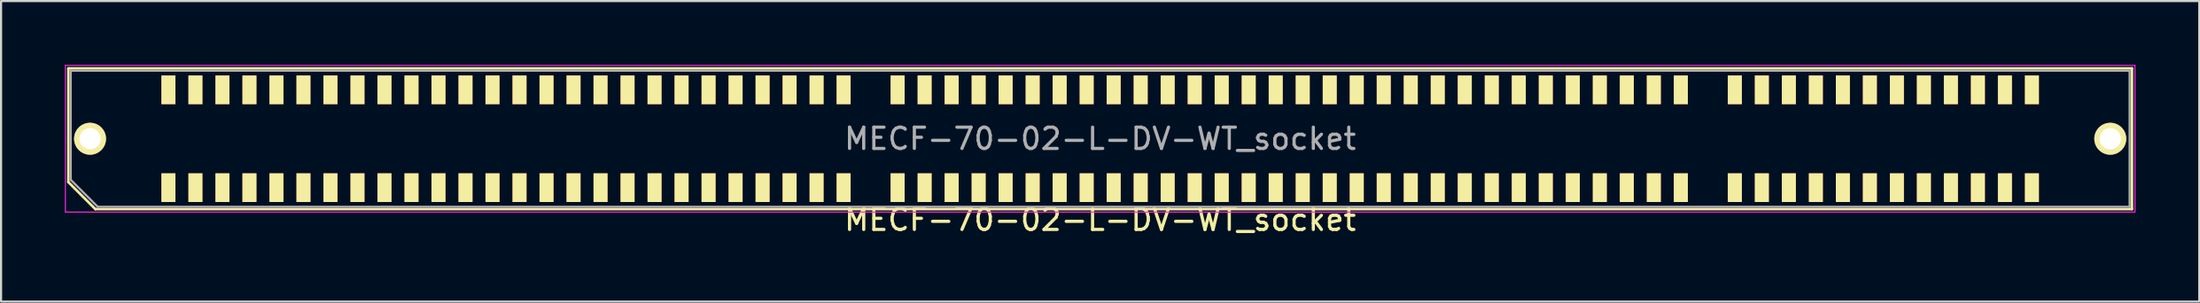
<source format=kicad_pcb>
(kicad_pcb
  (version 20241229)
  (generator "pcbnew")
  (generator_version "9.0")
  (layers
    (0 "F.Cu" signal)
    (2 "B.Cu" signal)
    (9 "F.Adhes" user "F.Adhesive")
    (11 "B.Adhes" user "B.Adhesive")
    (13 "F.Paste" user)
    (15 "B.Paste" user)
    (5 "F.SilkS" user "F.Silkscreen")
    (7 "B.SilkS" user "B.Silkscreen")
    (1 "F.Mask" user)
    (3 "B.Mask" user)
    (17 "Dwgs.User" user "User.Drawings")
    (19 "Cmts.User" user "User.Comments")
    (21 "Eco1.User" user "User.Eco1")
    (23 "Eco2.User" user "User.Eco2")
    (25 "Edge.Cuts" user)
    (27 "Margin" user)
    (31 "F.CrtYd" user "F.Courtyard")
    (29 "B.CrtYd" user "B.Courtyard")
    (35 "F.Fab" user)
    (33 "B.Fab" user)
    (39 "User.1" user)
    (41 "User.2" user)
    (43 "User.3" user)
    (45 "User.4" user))
  (footprint "MECF-70-02-L-DV-WT_socket"
    (layer "F.Cu")
    (at 48.685 3.475)
    (property "Reference" "MECF-70-02-L-DV-WT_socket" (at 0 3.81 0) (layer "F.SilkS") (effects (font (size 1 1) (thickness 0.15))))
    (attr smd)
    (fp_line (start -48.52 -3.31) (end 48.52 -3.31) (stroke (width 0.12) (type solid)) (layer "F.SilkS"))
    (fp_line (start -48.52 2.04) (end -48.52 -3.31) (stroke (width 0.12) (type solid)) (layer "F.SilkS"))
    (fp_line (start -47.25 3.31) (end -48.52 2.04) (stroke (width 0.12) (type solid)) (layer "F.SilkS"))
    (fp_line (start -47.25 3.31) (end 48.52 3.31) (stroke (width 0.12) (type solid)) (layer "F.SilkS"))
    (fp_line (start 48.52 3.31) (end 48.52 -3.31) (stroke (width 0.12) (type solid)) (layer "F.SilkS"))
    (fp_line (start -48.66 -3.45) (end -48.66 3.45) (stroke (width 0.05) (type solid)) (layer "F.CrtYd"))
    (fp_line (start -48.66 3.45) (end 48.66 3.45) (stroke (width 0.05) (type solid)) (layer "F.CrtYd"))
    (fp_line (start 48.66 -3.45) (end -48.66 -3.45) (stroke (width 0.05) (type solid)) (layer "F.CrtYd"))
    (fp_line (start 48.66 3.45) (end 48.66 -3.45) (stroke (width 0.05) (type solid)) (layer "F.CrtYd"))
    (fp_line (start -48.41 -3.2) (end 48.41 -3.2) (stroke (width 0.1) (type solid)) (layer "F.Fab"))
    (fp_line (start -48.41 1.93) (end -48.41 -3.2) (stroke (width 0.1) (type solid)) (layer "F.Fab"))
    (fp_line (start -48.41 1.93) (end -47.14 3.2) (stroke (width 0.1) (type solid)) (layer "F.Fab"))
    (fp_line (start -47.14 3.2) (end 48.41 3.2) (stroke (width 0.1) (type solid)) (layer "F.Fab"))
    (fp_line (start 48.41 3.2) (end 48.41 -3.2) (stroke (width 0.1) (type solid)) (layer "F.Fab"))
    (fp_text user "${REFERENCE}" (at 0 0 0) (layer "F.Fab") (effects (font (size 1 1) (thickness 0.15))))
    (pad "" np_thru_hole circle (at -45.595 0) (size 0.001 0.001) (drill 1.45) (layers "*.Cu" "*.Mask" "F.SilkS"))
    (pad "" np_thru_hole circle (at 45.595 1) (size 0.001 0.001) (drill 1.45) (layers "*.Cu" "*.Mask" "F.SilkS"))
    (pad "1" smd rect (at -43.815 2.3) (size 0.66 1.35) (layers "F.Cu" "F.Mask" "F.SilkS"))
    (pad "2" smd rect (at -43.815 -2.3) (size 0.66 1.35) (layers "F.Cu" "F.Mask" "F.SilkS"))
    (pad "3" smd rect (at -42.545 2.3) (size 0.66 1.35) (layers "F.Cu" "F.Mask" "F.SilkS"))
    (pad "4" smd rect (at -42.545 -2.3) (size 0.66 1.35) (layers "F.Cu" "F.Mask" "F.SilkS"))
    (pad "5" smd rect (at -41.275 2.3) (size 0.66 1.35) (layers "F.Cu" "F.Mask" "F.SilkS"))
    (pad "6" smd rect (at -41.275 -2.3) (size 0.66 1.35) (layers "F.Cu" "F.Mask" "F.SilkS"))
    (pad "7" smd rect (at -40.005 2.3) (size 0.66 1.35) (layers "F.Cu" "F.Mask" "F.SilkS"))
    (pad "8" smd rect (at -40.005 -2.3) (size 0.66 1.35) (layers "F.Cu" "F.Mask" "F.SilkS"))
    (pad "9" smd rect (at -38.735 2.3) (size 0.66 1.35) (layers "F.Cu" "F.Mask" "F.SilkS"))
    (pad "10" smd rect (at -38.735 -2.3) (size 0.66 1.35) (layers "F.Cu" "F.Mask" "F.SilkS"))
    (pad "11" smd rect (at -37.465 2.3) (size 0.66 1.35) (layers "F.Cu" "F.Mask" "F.SilkS"))
    (pad "12" smd rect (at -37.465 -2.3) (size 0.66 1.35) (layers "F.Cu" "F.Mask" "F.SilkS"))
    (pad "13" smd rect (at -36.195 2.3) (size 0.66 1.35) (layers "F.Cu" "F.Mask" "F.SilkS"))
    (pad "14" smd rect (at -36.195 -2.3) (size 0.66 1.35) (layers "F.Cu" "F.Mask" "F.SilkS"))
    (pad "15" smd rect (at -34.925 2.3) (size 0.66 1.35) (layers "F.Cu" "F.Mask" "F.SilkS"))
    (pad "16" smd rect (at -34.925 -2.3) (size 0.66 1.35) (layers "F.Cu" "F.Mask" "F.SilkS"))
    (pad "17" smd rect (at -33.655 2.3) (size 0.66 1.35) (layers "F.Cu" "F.Mask" "F.SilkS"))
    (pad "18" smd rect (at -33.655 -2.3) (size 0.66 1.35) (layers "F.Cu" "F.Mask" "F.SilkS"))
    (pad "19" smd rect (at -32.385 2.3) (size 0.66 1.35) (layers "F.Cu" "F.Mask" "F.SilkS"))
    (pad "20" smd rect (at -32.385 -2.3) (size 0.66 1.35) (layers "F.Cu" "F.Mask" "F.SilkS"))
    (pad "21" smd rect (at -31.115 2.3) (size 0.66 1.35) (layers "F.Cu" "F.Mask" "F.SilkS"))
    (pad "22" smd rect (at -31.115 -2.3) (size 0.66 1.35) (layers "F.Cu" "F.Mask" "F.SilkS"))
    (pad "23" smd rect (at -29.845 2.3) (size 0.66 1.35) (layers "F.Cu" "F.Mask" "F.SilkS"))
    (pad "24" smd rect (at -29.845 -2.3) (size 0.66 1.35) (layers "F.Cu" "F.Mask" "F.SilkS"))
    (pad "25" smd rect (at -28.575 2.3) (size 0.66 1.35) (layers "F.Cu" "F.Mask" "F.SilkS"))
    (pad "26" smd rect (at -28.575 -2.3) (size 0.66 1.35) (layers "F.Cu" "F.Mask" "F.SilkS"))
    (pad "27" smd rect (at -27.305 2.3) (size 0.66 1.35) (layers "F.Cu" "F.Mask" "F.SilkS"))
    (pad "28" smd rect (at -27.305 -2.3) (size 0.66 1.35) (layers "F.Cu" "F.Mask" "F.SilkS"))
    (pad "29" smd rect (at -26.035 2.3) (size 0.66 1.35) (layers "F.Cu" "F.Mask" "F.SilkS"))
    (pad "30" smd rect (at -26.035 -2.3) (size 0.66 1.35) (layers "F.Cu" "F.Mask" "F.SilkS"))
    (pad "31" smd rect (at -24.765 2.3) (size 0.66 1.35) (layers "F.Cu" "F.Mask" "F.SilkS"))
    (pad "32" smd rect (at -24.765 -2.3) (size 0.66 1.35) (layers "F.Cu" "F.Mask" "F.SilkS"))
    (pad "33" smd rect (at -23.495 2.3) (size 0.66 1.35) (layers "F.Cu" "F.Mask" "F.SilkS"))
    (pad "34" smd rect (at -23.495 -2.3) (size 0.66 1.35) (layers "F.Cu" "F.Mask" "F.SilkS"))
    (pad "35" smd rect (at -22.225 2.3) (size 0.66 1.35) (layers "F.Cu" "F.Mask" "F.SilkS"))
    (pad "36" smd rect (at -22.225 -2.3) (size 0.66 1.35) (layers "F.Cu" "F.Mask" "F.SilkS"))
    (pad "37" smd rect (at -20.955 2.3) (size 0.66 1.35) (layers "F.Cu" "F.Mask" "F.SilkS"))
    (pad "38" smd rect (at -20.955 -2.3) (size 0.66 1.35) (layers "F.Cu" "F.Mask" "F.SilkS"))
    (pad "39" smd rect (at -19.685 2.3) (size 0.66 1.35) (layers "F.Cu" "F.Mask" "F.SilkS"))
    (pad "40" smd rect (at -19.685 -2.3) (size 0.66 1.35) (layers "F.Cu" "F.Mask" "F.SilkS"))
    (pad "41" smd rect (at -18.415 2.3) (size 0.66 1.35) (layers "F.Cu" "F.Mask" "F.SilkS"))
    (pad "42" smd rect (at -18.415 -2.3) (size 0.66 1.35) (layers "F.Cu" "F.Mask" "F.SilkS"))
    (pad "43" smd rect (at -17.145 2.3) (size 0.66 1.35) (layers "F.Cu" "F.Mask" "F.SilkS"))
    (pad "44" smd rect (at -17.145 -2.3) (size 0.66 1.35) (layers "F.Cu" "F.Mask" "F.SilkS"))
    (pad "45" smd rect (at -15.875 2.3) (size 0.66 1.35) (layers "F.Cu" "F.Mask" "F.SilkS"))
    (pad "46" smd rect (at -15.875 -2.3) (size 0.66 1.35) (layers "F.Cu" "F.Mask" "F.SilkS"))
    (pad "47" smd rect (at -14.605 2.3) (size 0.66 1.35) (layers "F.Cu" "F.Mask" "F.SilkS"))
    (pad "48" smd rect (at -14.605 -2.3) (size 0.66 1.35) (layers "F.Cu" "F.Mask" "F.SilkS"))
    (pad "49" smd rect (at -13.335 2.3) (size 0.66 1.35) (layers "F.Cu" "F.Mask" "F.SilkS"))
    (pad "50" smd rect (at -13.335 -2.3) (size 0.66 1.35) (layers "F.Cu" "F.Mask" "F.SilkS"))
    (pad "51" smd rect (at -12.065 2.3) (size 0.66 1.35) (layers "F.Cu" "F.Mask" "F.SilkS"))
    (pad "52" smd rect (at -12.065 -2.3) (size 0.66 1.35) (layers "F.Cu" "F.Mask" "F.SilkS"))
    (pad "55" smd rect (at -9.525 2.3) (size 0.66 1.35) (layers "F.Cu" "F.Mask" "F.SilkS"))
    (pad "56" smd rect (at -9.525 -2.3) (size 0.66 1.35) (layers "F.Cu" "F.Mask" "F.SilkS"))
    (pad "57" smd rect (at -8.255 2.3) (size 0.66 1.35) (layers "F.Cu" "F.Mask" "F.SilkS"))
    (pad "58" smd rect (at -8.255 -2.3) (size 0.66 1.35) (layers "F.Cu" "F.Mask" "F.SilkS"))
    (pad "59" smd rect (at -6.985 2.3) (size 0.66 1.35) (layers "F.Cu" "F.Mask" "F.SilkS"))
    (pad "60" smd rect (at -6.985 -2.3) (size 0.66 1.35) (layers "F.Cu" "F.Mask" "F.SilkS"))
    (pad "61" smd rect (at -5.715 2.3) (size 0.66 1.35) (layers "F.Cu" "F.Mask" "F.SilkS"))
    (pad "62" smd rect (at -5.715 -2.3) (size 0.66 1.35) (layers "F.Cu" "F.Mask" "F.SilkS"))
    (pad "63" smd rect (at -4.445 2.3) (size 0.66 1.35) (layers "F.Cu" "F.Mask" "F.SilkS"))
    (pad "64" smd rect (at -4.445 -2.3) (size 0.66 1.35) (layers "F.Cu" "F.Mask" "F.SilkS"))
    (pad "65" smd rect (at -3.175 2.3) (size 0.66 1.35) (layers "F.Cu" "F.Mask" "F.SilkS"))
    (pad "66" smd rect (at -3.175 -2.3) (size 0.66 1.35) (layers "F.Cu" "F.Mask" "F.SilkS"))
    (pad "67" smd rect (at -1.905 2.3) (size 0.66 1.35) (layers "F.Cu" "F.Mask" "F.SilkS"))
    (pad "68" smd rect (at -1.905 -2.3) (size 0.66 1.35) (layers "F.Cu" "F.Mask" "F.SilkS"))
    (pad "69" smd rect (at -0.635 2.3) (size 0.66 1.35) (layers "F.Cu" "F.Mask" "F.SilkS"))
    (pad "70" smd rect (at -0.635 -2.3) (size 0.66 1.35) (layers "F.Cu" "F.Mask" "F.SilkS"))
    (pad "71" smd rect (at 0.635 2.3) (size 0.66 1.35) (layers "F.Cu" "F.Mask" "F.SilkS"))
    (pad "72" smd rect (at 0.635 -2.3) (size 0.66 1.35) (layers "F.Cu" "F.Mask" "F.SilkS"))
    (pad "73" smd rect (at 1.905 2.3) (size 0.66 1.35) (layers "F.Cu" "F.Mask" "F.SilkS"))
    (pad "74" smd rect (at 1.905 -2.3) (size 0.66 1.35) (layers "F.Cu" "F.Mask" "F.SilkS"))
    (pad "75" smd rect (at 3.175 2.3) (size 0.66 1.35) (layers "F.Cu" "F.Mask" "F.SilkS"))
    (pad "76" smd rect (at 3.175 -2.3) (size 0.66 1.35) (layers "F.Cu" "F.Mask" "F.SilkS"))
    (pad "77" smd rect (at 4.445 2.3) (size 0.66 1.35) (layers "F.Cu" "F.Mask" "F.SilkS"))
    (pad "78" smd rect (at 4.445 -2.3) (size 0.66 1.35) (layers "F.Cu" "F.Mask" "F.SilkS"))
    (pad "79" smd rect (at 5.715 2.3) (size 0.66 1.35) (layers "F.Cu" "F.Mask" "F.SilkS"))
    (pad "80" smd rect (at 5.715 -2.3) (size 0.66 1.35) (layers "F.Cu" "F.Mask" "F.SilkS"))
    (pad "81" smd rect (at 6.985 2.3) (size 0.66 1.35) (layers "F.Cu" "F.Mask" "F.SilkS"))
    (pad "82" smd rect (at 6.985 -2.3) (size 0.66 1.35) (layers "F.Cu" "F.Mask" "F.SilkS"))
    (pad "83" smd rect (at 8.255 2.3) (size 0.66 1.35) (layers "F.Cu" "F.Mask" "F.SilkS"))
    (pad "84" smd rect (at 8.255 -2.3) (size 0.66 1.35) (layers "F.Cu" "F.Mask" "F.SilkS"))
    (pad "85" smd rect (at 9.525 2.3) (size 0.66 1.35) (layers "F.Cu" "F.Mask" "F.SilkS"))
    (pad "86" smd rect (at 9.525 -2.3) (size 0.66 1.35) (layers "F.Cu" "F.Mask" "F.SilkS"))
    (pad "87" smd rect (at 10.795 2.3) (size 0.66 1.35) (layers "F.Cu" "F.Mask" "F.SilkS"))
    (pad "88" smd rect (at 10.795 -2.3) (size 0.66 1.35) (layers "F.Cu" "F.Mask" "F.SilkS"))
    (pad "89" smd rect (at 12.065 2.3) (size 0.66 1.35) (layers "F.Cu" "F.Mask" "F.SilkS"))
    (pad "90" smd rect (at 12.065 -2.3) (size 0.66 1.35) (layers "F.Cu" "F.Mask" "F.SilkS"))
    (pad "91" smd rect (at 13.335 2.3) (size 0.66 1.35) (layers "F.Cu" "F.Mask" "F.SilkS"))
    (pad "92" smd rect (at 13.335 -2.3) (size 0.66 1.35) (layers "F.Cu" "F.Mask" "F.SilkS"))
    (pad "93" smd rect (at 14.605 2.3) (size 0.66 1.35) (layers "F.Cu" "F.Mask" "F.SilkS"))
    (pad "94" smd rect (at 14.605 -2.3) (size 0.66 1.35) (layers "F.Cu" "F.Mask" "F.SilkS"))
    (pad "95" smd rect (at 15.875 2.3) (size 0.66 1.35) (layers "F.Cu" "F.Mask" "F.SilkS"))
    (pad "96" smd rect (at 15.875 -2.3) (size 0.66 1.35) (layers "F.Cu" "F.Mask" "F.SilkS"))
    (pad "97" smd rect (at 17.145 2.3) (size 0.66 1.35) (layers "F.Cu" "F.Mask" "F.SilkS"))
    (pad "98" smd rect (at 17.145 -2.3) (size 0.66 1.35) (layers "F.Cu" "F.Mask" "F.SilkS"))
    (pad "99" smd rect (at 18.415 2.3) (size 0.66 1.35) (layers "F.Cu" "F.Mask" "F.SilkS"))
    (pad "100" smd rect (at 18.415 -2.3) (size 0.66 1.35) (layers "F.Cu" "F.Mask" "F.SilkS"))
    (pad "101" smd rect (at 19.685 2.3) (size 0.66 1.35) (layers "F.Cu" "F.Mask" "F.SilkS"))
    (pad "102" smd rect (at 19.685 -2.3) (size 0.66 1.35) (layers "F.Cu" "F.Mask" "F.SilkS"))
    (pad "103" smd rect (at 20.955 2.3) (size 0.66 1.35) (layers "F.Cu" "F.Mask" "F.SilkS"))
    (pad "104" smd rect (at 20.955 -2.3) (size 0.66 1.35) (layers "F.Cu" "F.Mask" "F.SilkS"))
    (pad "105" smd rect (at 22.225 2.3) (size 0.66 1.35) (layers "F.Cu" "F.Mask" "F.SilkS"))
    (pad "106" smd rect (at 22.225 -2.3) (size 0.66 1.35) (layers "F.Cu" "F.Mask" "F.SilkS"))
    (pad "107" smd rect (at 23.495 2.3) (size 0.66 1.35) (layers "F.Cu" "F.Mask" "F.SilkS"))
    (pad "108" smd rect (at 23.495 -2.3) (size 0.66 1.35) (layers "F.Cu" "F.Mask" "F.SilkS"))
    (pad "109" smd rect (at 24.765 2.3) (size 0.66 1.35) (layers "F.Cu" "F.Mask" "F.SilkS"))
    (pad "110" smd rect (at 24.765 -2.3) (size 0.66 1.35) (layers "F.Cu" "F.Mask" "F.SilkS"))
    (pad "111" smd rect (at 26.035 2.3) (size 0.66 1.35) (layers "F.Cu" "F.Mask" "F.SilkS"))
    (pad "112" smd rect (at 26.035 -2.3) (size 0.66 1.35) (layers "F.Cu" "F.Mask" "F.SilkS"))
    (pad "113" smd rect (at 27.305 2.3) (size 0.66 1.35) (layers "F.Cu" "F.Mask" "F.SilkS"))
    (pad "114" smd rect (at 27.305 -2.3) (size 0.66 1.35) (layers "F.Cu" "F.Mask" "F.SilkS"))
    (pad "117" smd rect (at 29.845 2.3) (size 0.66 1.35) (layers "F.Cu" "F.Mask" "F.SilkS"))
    (pad "118" smd rect (at 29.845 -2.3) (size 0.66 1.35) (layers "F.Cu" "F.Mask" "F.SilkS"))
    (pad "119" smd rect (at 31.115 2.3) (size 0.66 1.35) (layers "F.Cu" "F.Mask" "F.SilkS"))
    (pad "120" smd rect (at 31.115 -2.3) (size 0.66 1.35) (layers "F.Cu" "F.Mask" "F.SilkS"))
    (pad "121" smd rect (at 32.385 2.3) (size 0.66 1.35) (layers "F.Cu" "F.Mask" "F.SilkS"))
    (pad "122" smd rect (at 32.385 -2.3) (size 0.66 1.35) (layers "F.Cu" "F.Mask" "F.SilkS"))
    (pad "123" smd rect (at 33.655 2.3) (size 0.66 1.35) (layers "F.Cu" "F.Mask" "F.SilkS"))
    (pad "124" smd rect (at 33.655 -2.3) (size 0.66 1.35) (layers "F.Cu" "F.Mask" "F.SilkS"))
    (pad "125" smd rect (at 34.925 2.3) (size 0.66 1.35) (layers "F.Cu" "F.Mask" "F.SilkS"))
    (pad "126" smd rect (at 34.925 -2.3) (size 0.66 1.35) (layers "F.Cu" "F.Mask" "F.SilkS"))
    (pad "127" smd rect (at 36.195 2.3) (size 0.66 1.35) (layers "F.Cu" "F.Mask" "F.SilkS"))
    (pad "128" smd rect (at 36.195 -2.3) (size 0.66 1.35) (layers "F.Cu" "F.Mask" "F.SilkS"))
    (pad "129" smd rect (at 37.465 2.3) (size 0.66 1.35) (layers "F.Cu" "F.Mask" "F.SilkS"))
    (pad "130" smd rect (at 37.465 -2.3) (size 0.66 1.35) (layers "F.Cu" "F.Mask" "F.SilkS"))
    (pad "131" smd rect (at 38.735 2.3) (size 0.66 1.35) (layers "F.Cu" "F.Mask" "F.SilkS"))
    (pad "132" smd rect (at 38.735 -2.3) (size 0.66 1.35) (layers "F.Cu" "F.Mask" "F.SilkS"))
    (pad "133" smd rect (at 40.005 2.3) (size 0.66 1.35) (layers "F.Cu" "F.Mask" "F.SilkS"))
    (pad "134" smd rect (at 40.005 -2.3) (size 0.66 1.35) (layers "F.Cu" "F.Mask" "F.SilkS"))
    (pad "135" smd rect (at 41.275 2.3) (size 0.66 1.35) (layers "F.Cu" "F.Mask" "F.SilkS"))
    (pad "136" smd rect (at 41.275 -2.3) (size 0.66 1.35) (layers "F.Cu" "F.Mask" "F.SilkS"))
    (pad "137" smd rect (at 42.545 2.3) (size 0.66 1.35) (layers "F.Cu" "F.Mask" "F.SilkS"))
    (pad "138" smd rect (at 42.545 -2.3) (size 0.66 1.35) (layers "F.Cu" "F.Mask" "F.SilkS"))
    (pad "139" smd rect (at 43.815 2.3) (size 0.66 1.35) (layers "F.Cu" "F.Mask" "F.SilkS"))
    (pad "140" smd rect (at 43.815 -2.3) (size 0.66 1.35) (layers "F.Cu" "F.Mask" "F.SilkS"))
    (pad "None" thru_hole circle (at -47.5 0) (size 1.5 1.5) (drill 1) (layers "*.Cu" "*.Mask" "F.SilkS"))
    (pad "None" thru_hole circle (at 47.5 0) (size 1.5 1.5) (drill 1) (layers "*.Cu" "*.Mask" "F.SilkS")))
  (gr_rect
    (start -3 -3)
    (end 100.37 11.133)
    (stroke (width 0.1) (type default))
    (fill no)
    (layer "Edge.Cuts")))
</source>
